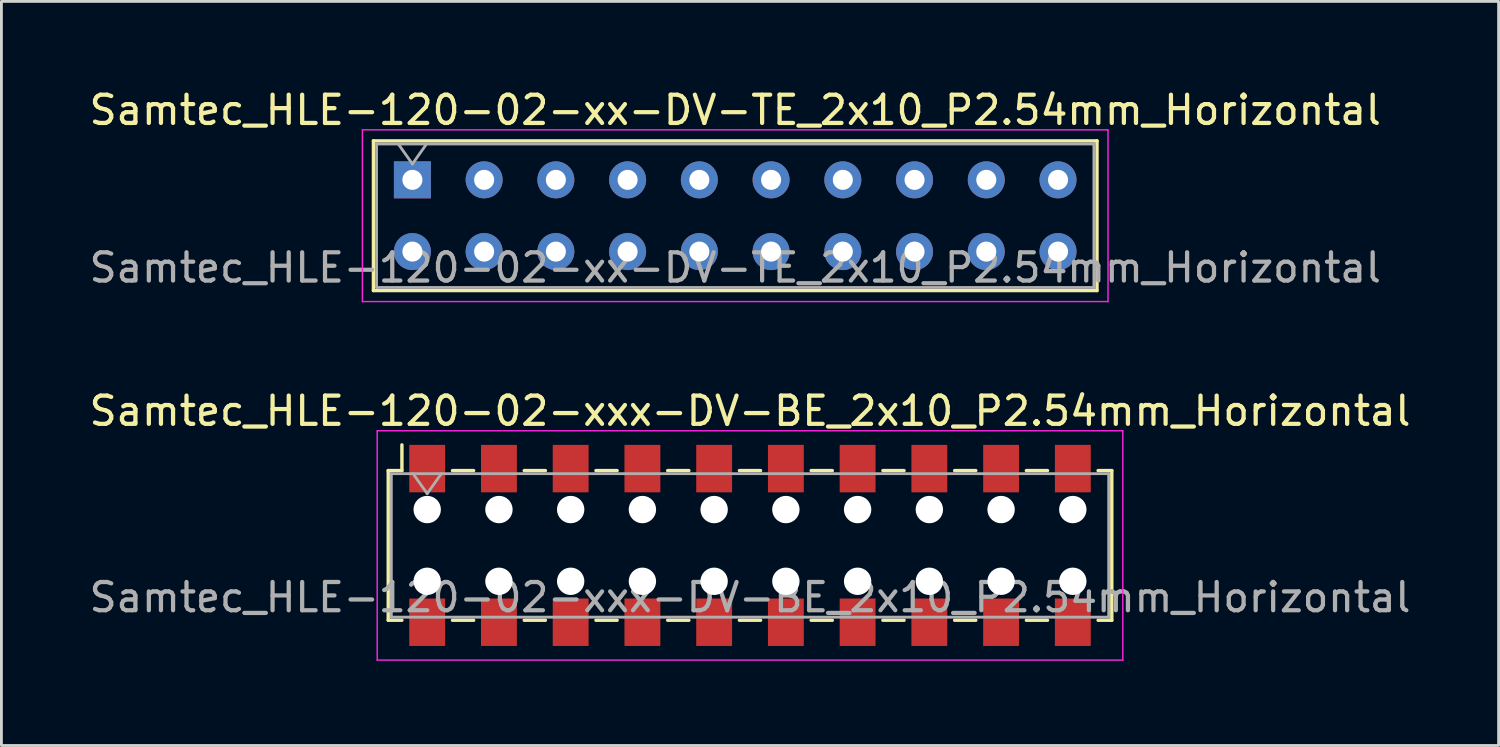
<source format=kicad_pcb>
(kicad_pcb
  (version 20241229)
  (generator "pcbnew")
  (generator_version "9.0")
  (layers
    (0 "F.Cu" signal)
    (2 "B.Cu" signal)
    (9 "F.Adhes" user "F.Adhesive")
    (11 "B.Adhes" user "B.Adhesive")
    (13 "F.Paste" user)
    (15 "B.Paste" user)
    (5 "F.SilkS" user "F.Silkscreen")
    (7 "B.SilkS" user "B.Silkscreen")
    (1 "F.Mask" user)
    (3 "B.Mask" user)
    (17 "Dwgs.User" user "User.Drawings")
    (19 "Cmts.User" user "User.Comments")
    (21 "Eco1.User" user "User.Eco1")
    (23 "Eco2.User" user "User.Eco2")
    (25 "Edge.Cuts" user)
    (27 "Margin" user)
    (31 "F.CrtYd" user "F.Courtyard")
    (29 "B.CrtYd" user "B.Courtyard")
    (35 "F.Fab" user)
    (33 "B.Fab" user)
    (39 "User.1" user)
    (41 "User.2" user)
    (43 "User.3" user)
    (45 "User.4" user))
  (footprint "Samtec_HLE-120-02-xx-DV-TE_2x10_P2.54mm_Horizontal"
    (layer "F.Cu")
    (at 11.552 3.318)
    (property "Reference" "Samtec_HLE-120-02-xx-DV-TE_2x10_P2.54mm_Horizontal" (at 11.43 -2.47 0) (layer "F.SilkS") (effects (font (size 1 1) (thickness 0.15))))
    (attr through_hole)
    (fp_line (start -1.38 -1.38) (end 24.24 -1.38) (stroke (width 0.12) (type solid)) (layer "F.SilkS"))
    (fp_line (start -1.38 3.92) (end -1.38 -1.38) (stroke (width 0.12) (type solid)) (layer "F.SilkS"))
    (fp_line (start 24.24 -1.38) (end 24.24 3.92) (stroke (width 0.12) (type solid)) (layer "F.SilkS"))
    (fp_line (start 24.24 3.92) (end -1.38 3.92) (stroke (width 0.12) (type solid)) (layer "F.SilkS"))
    (fp_line (start -1.77 -1.77) (end 24.63 -1.77) (stroke (width 0.05) (type solid)) (layer "F.CrtYd"))
    (fp_line (start -1.77 4.31) (end -1.77 -1.77) (stroke (width 0.05) (type solid)) (layer "F.CrtYd"))
    (fp_line (start 24.63 -1.77) (end 24.63 4.31) (stroke (width 0.05) (type solid)) (layer "F.CrtYd"))
    (fp_line (start 24.63 4.31) (end -1.77 4.31) (stroke (width 0.05) (type solid)) (layer "F.CrtYd"))
    (fp_line (start -1.27 -1.27) (end 24.13 -1.27) (stroke (width 0.1) (type solid)) (layer "F.Fab"))
    (fp_line (start -1.27 3.81) (end -1.27 -1.27) (stroke (width 0.1) (type solid)) (layer "F.Fab"))
    (fp_line (start -0.5 -1.27) (end 0 -0.563) (stroke (width 0.1) (type solid)) (layer "F.Fab"))
    (fp_line (start 0 -0.563) (end 0.5 -1.27) (stroke (width 0.1) (type solid)) (layer "F.Fab"))
    (fp_line (start 24.13 -1.27) (end 24.13 3.81) (stroke (width 0.1) (type solid)) (layer "F.Fab"))
    (fp_line (start 24.13 3.81) (end -1.27 3.81) (stroke (width 0.1) (type solid)) (layer "F.Fab"))
    (fp_text user "${REFERENCE}" (at 11.43 3.11 0) (layer "F.Fab") (effects (font (size 1 1) (thickness 0.15))))
    (pad "1" thru_hole rect (at 0 0) (size 1.31 1.31) (drill 0.71) (layers "*.Cu" "*.Mask"))
    (pad "2" thru_hole circle (at 0 2.54) (size 1.31 1.31) (drill 0.71) (layers "*.Cu" "*.Mask"))
    (pad "3" thru_hole circle (at 2.54 0) (size 1.31 1.31) (drill 0.71) (layers "*.Cu" "*.Mask"))
    (pad "4" thru_hole circle (at 2.54 2.54) (size 1.31 1.31) (drill 0.71) (layers "*.Cu" "*.Mask"))
    (pad "5" thru_hole circle (at 5.08 0) (size 1.31 1.31) (drill 0.71) (layers "*.Cu" "*.Mask"))
    (pad "6" thru_hole circle (at 5.08 2.54) (size 1.31 1.31) (drill 0.71) (layers "*.Cu" "*.Mask"))
    (pad "7" thru_hole circle (at 7.62 0) (size 1.31 1.31) (drill 0.71) (layers "*.Cu" "*.Mask"))
    (pad "8" thru_hole circle (at 7.62 2.54) (size 1.31 1.31) (drill 0.71) (layers "*.Cu" "*.Mask"))
    (pad "9" thru_hole circle (at 10.16 0) (size 1.31 1.31) (drill 0.71) (layers "*.Cu" "*.Mask"))
    (pad "10" thru_hole circle (at 10.16 2.54) (size 1.31 1.31) (drill 0.71) (layers "*.Cu" "*.Mask"))
    (pad "11" thru_hole circle (at 12.7 0) (size 1.31 1.31) (drill 0.71) (layers "*.Cu" "*.Mask"))
    (pad "12" thru_hole circle (at 12.7 2.54) (size 1.31 1.31) (drill 0.71) (layers "*.Cu" "*.Mask"))
    (pad "13" thru_hole circle (at 15.24 0) (size 1.31 1.31) (drill 0.71) (layers "*.Cu" "*.Mask"))
    (pad "14" thru_hole circle (at 15.24 2.54) (size 1.31 1.31) (drill 0.71) (layers "*.Cu" "*.Mask"))
    (pad "15" thru_hole circle (at 17.78 0) (size 1.31 1.31) (drill 0.71) (layers "*.Cu" "*.Mask"))
    (pad "16" thru_hole circle (at 17.78 2.54) (size 1.31 1.31) (drill 0.71) (layers "*.Cu" "*.Mask"))
    (pad "17" thru_hole circle (at 20.32 0) (size 1.31 1.31) (drill 0.71) (layers "*.Cu" "*.Mask"))
    (pad "18" thru_hole circle (at 20.32 2.54) (size 1.31 1.31) (drill 0.71) (layers "*.Cu" "*.Mask"))
    (pad "19" thru_hole circle (at 22.86 0) (size 1.31 1.31) (drill 0.71) (layers "*.Cu" "*.Mask"))
    (pad "20" thru_hole circle (at 22.86 2.54) (size 1.31 1.31) (drill 0.71) (layers "*.Cu" "*.Mask")))
  (footprint "Samtec_HLE-120-02-xxx-DV-BE_2x10_P2.54mm_Horizontal"
    (layer "F.Cu")
    (at 23.506 16.262)
    (property "Reference" "Samtec_HLE-120-02-xxx-DV-BE_2x10_P2.54mm_Horizontal" (at 0 -4.76 0) (layer "F.SilkS") (effects (font (size 1 1) (thickness 0.15))))
    (attr smd)
    (fp_line (start -12.81 -2.65) (end -12.81 2.65) (stroke (width 0.12) (type solid)) (layer "F.SilkS"))
    (fp_line (start -12.81 2.65) (end -12.325 2.65) (stroke (width 0.12) (type solid)) (layer "F.SilkS"))
    (fp_line (start -12.325 -3.56) (end -12.325 -2.65) (stroke (width 0.12) (type solid)) (layer "F.SilkS"))
    (fp_line (start -12.325 -2.65) (end -12.81 -2.65) (stroke (width 0.12) (type solid)) (layer "F.SilkS"))
    (fp_line (start -10.535 -2.65) (end -9.785 -2.65) (stroke (width 0.12) (type solid)) (layer "F.SilkS"))
    (fp_line (start -10.535 2.65) (end -9.785 2.65) (stroke (width 0.12) (type solid)) (layer "F.SilkS"))
    (fp_line (start -7.995 -2.65) (end -7.245 -2.65) (stroke (width 0.12) (type solid)) (layer "F.SilkS"))
    (fp_line (start -7.995 2.65) (end -7.245 2.65) (stroke (width 0.12) (type solid)) (layer "F.SilkS"))
    (fp_line (start -5.455 -2.65) (end -4.705 -2.65) (stroke (width 0.12) (type solid)) (layer "F.SilkS"))
    (fp_line (start -5.455 2.65) (end -4.705 2.65) (stroke (width 0.12) (type solid)) (layer "F.SilkS"))
    (fp_line (start -2.915 -2.65) (end -2.165 -2.65) (stroke (width 0.12) (type solid)) (layer "F.SilkS"))
    (fp_line (start -2.915 2.65) (end -2.165 2.65) (stroke (width 0.12) (type solid)) (layer "F.SilkS"))
    (fp_line (start -0.375 -2.65) (end 0.375 -2.65) (stroke (width 0.12) (type solid)) (layer "F.SilkS"))
    (fp_line (start -0.375 2.65) (end 0.375 2.65) (stroke (width 0.12) (type solid)) (layer "F.SilkS"))
    (fp_line (start 2.165 -2.65) (end 2.915 -2.65) (stroke (width 0.12) (type solid)) (layer "F.SilkS"))
    (fp_line (start 2.165 2.65) (end 2.915 2.65) (stroke (width 0.12) (type solid)) (layer "F.SilkS"))
    (fp_line (start 4.705 -2.65) (end 5.455 -2.65) (stroke (width 0.12) (type solid)) (layer "F.SilkS"))
    (fp_line (start 4.705 2.65) (end 5.455 2.65) (stroke (width 0.12) (type solid)) (layer "F.SilkS"))
    (fp_line (start 7.245 -2.65) (end 7.995 -2.65) (stroke (width 0.12) (type solid)) (layer "F.SilkS"))
    (fp_line (start 7.245 2.65) (end 7.995 2.65) (stroke (width 0.12) (type solid)) (layer "F.SilkS"))
    (fp_line (start 9.785 -2.65) (end 10.535 -2.65) (stroke (width 0.12) (type solid)) (layer "F.SilkS"))
    (fp_line (start 9.785 2.65) (end 10.535 2.65) (stroke (width 0.12) (type solid)) (layer "F.SilkS"))
    (fp_line (start 12.325 -2.65) (end 12.81 -2.65) (stroke (width 0.12) (type solid)) (layer "F.SilkS"))
    (fp_line (start 12.81 -2.65) (end 12.81 2.65) (stroke (width 0.12) (type solid)) (layer "F.SilkS"))
    (fp_line (start 12.81 2.65) (end 12.325 2.65) (stroke (width 0.12) (type solid)) (layer "F.SilkS"))
    (fp_line (start -13.2 -4.06) (end 13.2 -4.06) (stroke (width 0.05) (type solid)) (layer "F.CrtYd"))
    (fp_line (start -13.2 4.06) (end -13.2 -4.06) (stroke (width 0.05) (type solid)) (layer "F.CrtYd"))
    (fp_line (start 13.2 -4.06) (end 13.2 4.06) (stroke (width 0.05) (type solid)) (layer "F.CrtYd"))
    (fp_line (start 13.2 4.06) (end -13.2 4.06) (stroke (width 0.05) (type solid)) (layer "F.CrtYd"))
    (fp_line (start -12.7 -2.54) (end 12.7 -2.54) (stroke (width 0.1) (type solid)) (layer "F.Fab"))
    (fp_line (start -12.7 2.54) (end -12.7 -2.54) (stroke (width 0.1) (type solid)) (layer "F.Fab"))
    (fp_line (start -11.93 -2.54) (end -11.43 -1.833) (stroke (width 0.1) (type solid)) (layer "F.Fab"))
    (fp_line (start -11.43 -1.833) (end -10.93 -2.54) (stroke (width 0.1) (type solid)) (layer "F.Fab"))
    (fp_line (start 12.7 -2.54) (end 12.7 2.54) (stroke (width 0.1) (type solid)) (layer "F.Fab"))
    (fp_line (start 12.7 2.54) (end -12.7 2.54) (stroke (width 0.1) (type solid)) (layer "F.Fab"))
    (fp_text user "${REFERENCE}" (at 0 1.84 0) (layer "F.Fab") (effects (font (size 1 1) (thickness 0.15))))
    (pad "" np_thru_hole circle (at -11.43 -1.27) (size 0.97 0.97) (drill 0.97) (layers "*.Cu" "*.Mask"))
    (pad "" np_thru_hole circle (at -11.43 1.27) (size 0.97 0.97) (drill 0.97) (layers "*.Cu" "*.Mask"))
    (pad "" np_thru_hole circle (at -8.89 -1.27) (size 0.97 0.97) (drill 0.97) (layers "*.Cu" "*.Mask"))
    (pad "" np_thru_hole circle (at -8.89 1.27) (size 0.97 0.97) (drill 0.97) (layers "*.Cu" "*.Mask"))
    (pad "" np_thru_hole circle (at -6.35 -1.27) (size 0.97 0.97) (drill 0.97) (layers "*.Cu" "*.Mask"))
    (pad "" np_thru_hole circle (at -6.35 1.27) (size 0.97 0.97) (drill 0.97) (layers "*.Cu" "*.Mask"))
    (pad "" np_thru_hole circle (at -3.81 -1.27) (size 0.97 0.97) (drill 0.97) (layers "*.Cu" "*.Mask"))
    (pad "" np_thru_hole circle (at -3.81 1.27) (size 0.97 0.97) (drill 0.97) (layers "*.Cu" "*.Mask"))
    (pad "" np_thru_hole circle (at -1.27 -1.27) (size 0.97 0.97) (drill 0.97) (layers "*.Cu" "*.Mask"))
    (pad "" np_thru_hole circle (at -1.27 1.27) (size 0.97 0.97) (drill 0.97) (layers "*.Cu" "*.Mask"))
    (pad "" np_thru_hole circle (at 1.27 -1.27) (size 0.97 0.97) (drill 0.97) (layers "*.Cu" "*.Mask"))
    (pad "" np_thru_hole circle (at 1.27 1.27) (size 0.97 0.97) (drill 0.97) (layers "*.Cu" "*.Mask"))
    (pad "" np_thru_hole circle (at 3.81 -1.27) (size 0.97 0.97) (drill 0.97) (layers "*.Cu" "*.Mask"))
    (pad "" np_thru_hole circle (at 3.81 1.27) (size 0.97 0.97) (drill 0.97) (layers "*.Cu" "*.Mask"))
    (pad "" np_thru_hole circle (at 6.35 -1.27) (size 0.97 0.97) (drill 0.97) (layers "*.Cu" "*.Mask"))
    (pad "" np_thru_hole circle (at 6.35 1.27) (size 0.97 0.97) (drill 0.97) (layers "*.Cu" "*.Mask"))
    (pad "" np_thru_hole circle (at 8.89 -1.27) (size 0.97 0.97) (drill 0.97) (layers "*.Cu" "*.Mask"))
    (pad "" np_thru_hole circle (at 8.89 1.27) (size 0.97 0.97) (drill 0.97) (layers "*.Cu" "*.Mask"))
    (pad "" np_thru_hole circle (at 11.43 -1.27) (size 0.97 0.97) (drill 0.97) (layers "*.Cu" "*.Mask"))
    (pad "" np_thru_hole circle (at 11.43 1.27) (size 0.97 0.97) (drill 0.97) (layers "*.Cu" "*.Mask"))
    (pad "1" smd rect (at -11.43 -2.72) (size 1.27 1.68) (layers "F.Cu" "F.Mask" "F.Paste"))
    (pad "2" smd rect (at -11.43 2.72) (size 1.27 1.68) (layers "F.Cu" "F.Mask" "F.Paste"))
    (pad "3" smd rect (at -8.89 -2.72) (size 1.27 1.68) (layers "F.Cu" "F.Mask" "F.Paste"))
    (pad "4" smd rect (at -8.89 2.72) (size 1.27 1.68) (layers "F.Cu" "F.Mask" "F.Paste"))
    (pad "5" smd rect (at -6.35 -2.72) (size 1.27 1.68) (layers "F.Cu" "F.Mask" "F.Paste"))
    (pad "6" smd rect (at -6.35 2.72) (size 1.27 1.68) (layers "F.Cu" "F.Mask" "F.Paste"))
    (pad "7" smd rect (at -3.81 -2.72) (size 1.27 1.68) (layers "F.Cu" "F.Mask" "F.Paste"))
    (pad "8" smd rect (at -3.81 2.72) (size 1.27 1.68) (layers "F.Cu" "F.Mask" "F.Paste"))
    (pad "9" smd rect (at -1.27 -2.72) (size 1.27 1.68) (layers "F.Cu" "F.Mask" "F.Paste"))
    (pad "10" smd rect (at -1.27 2.72) (size 1.27 1.68) (layers "F.Cu" "F.Mask" "F.Paste"))
    (pad "11" smd rect (at 1.27 -2.72) (size 1.27 1.68) (layers "F.Cu" "F.Mask" "F.Paste"))
    (pad "12" smd rect (at 1.27 2.72) (size 1.27 1.68) (layers "F.Cu" "F.Mask" "F.Paste"))
    (pad "13" smd rect (at 3.81 -2.72) (size 1.27 1.68) (layers "F.Cu" "F.Mask" "F.Paste"))
    (pad "14" smd rect (at 3.81 2.72) (size 1.27 1.68) (layers "F.Cu" "F.Mask" "F.Paste"))
    (pad "15" smd rect (at 6.35 -2.72) (size 1.27 1.68) (layers "F.Cu" "F.Mask" "F.Paste"))
    (pad "16" smd rect (at 6.35 2.72) (size 1.27 1.68) (layers "F.Cu" "F.Mask" "F.Paste"))
    (pad "17" smd rect (at 8.89 -2.72) (size 1.27 1.68) (layers "F.Cu" "F.Mask" "F.Paste"))
    (pad "18" smd rect (at 8.89 2.72) (size 1.27 1.68) (layers "F.Cu" "F.Mask" "F.Paste"))
    (pad "19" smd rect (at 11.43 -2.72) (size 1.27 1.68) (layers "F.Cu" "F.Mask" "F.Paste"))
    (pad "20" smd rect (at 11.43 2.72) (size 1.27 1.68) (layers "F.Cu" "F.Mask" "F.Paste")))
  (gr_rect
    (start -3 -3)
    (end 50.012 23.346)
    (stroke (width 0.1) (type default))
    (fill no)
    (layer "Edge.Cuts")))
</source>
